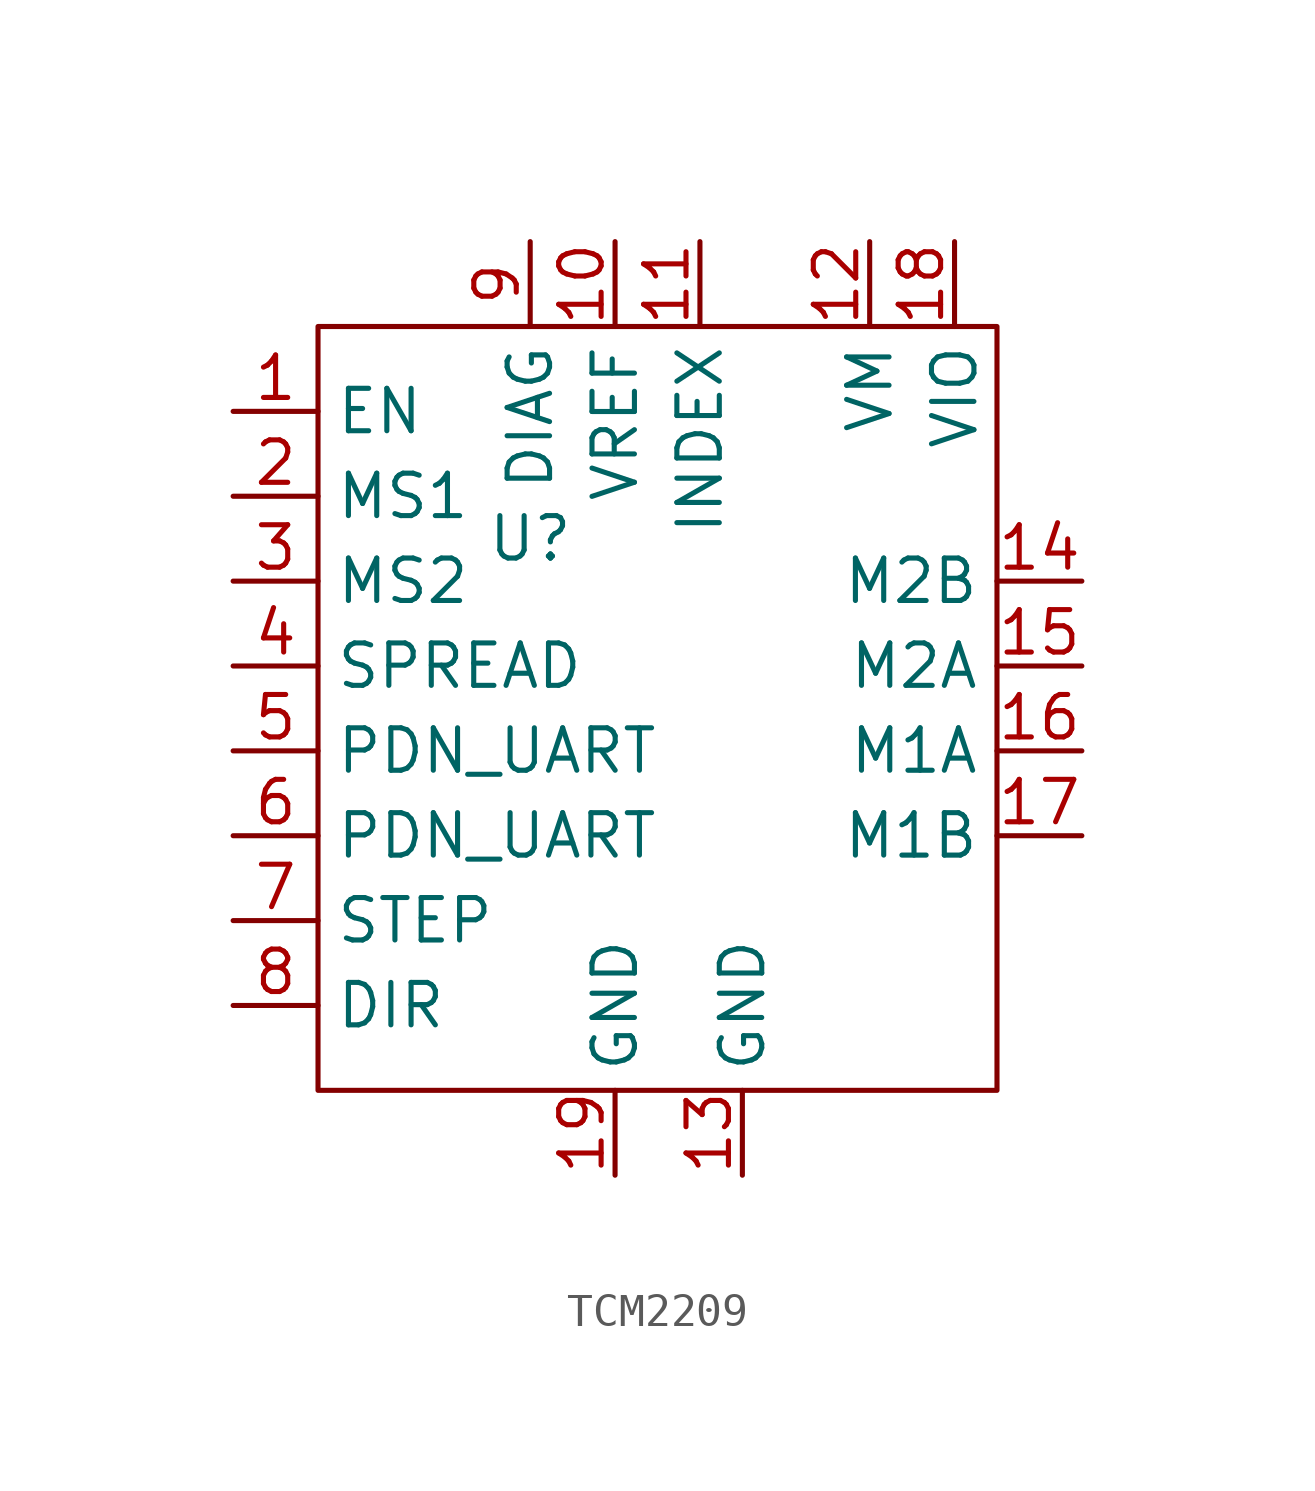
<source format=kicad_sym>
(kicad_symbol_lib
  (version 20231120)
  (generator "kicad_symbol_editor")
  (generator_version "8.0")
  (symbol "TCM2209"
    (property "Reference" "U"
      (at -2.54 2.54 0)
      (effects (font (size 1.27 1.27))))
    (property "Value" ""
      (at -2.54 2.54 0)
      (effects (font (size 1.27 1.27))))
    (symbol "TCM2209_0_1"
      (rectangle (start -8.89 8.89) (end 11.43 -13.97) (stroke (width 0) (type default)) (fill (type none))))
    (symbol "TCM2209_1_1"
      (pin input line (at -11.43 6.35 0) (length 2.54) (name "EN" (effects (font (size 1.27 1.27)))) (number "1" (effects (font (size 1.27 1.27)))))
      (pin input line (at 0 11.43 270) (length 2.54) (name "VREF" (effects (font (size 1.27 1.27)))) (number "10" (effects (font (size 1.27 1.27)))))
      (pin output line (at 2.54 11.43 270) (length 2.54) (name "INDEX" (effects (font (size 1.27 1.27)))) (number "11" (effects (font (size 1.27 1.27)))))
      (pin input line (at 7.62 11.43 270) (length 2.54) (name "VM" (effects (font (size 1.27 1.27)))) (number "12" (effects (font (size 1.27 1.27)))))
      (pin output line (at 3.81 -16.51 90) (length 2.54) (name "GND" (effects (font (size 1.27 1.27)))) (number "13" (effects (font (size 1.27 1.27)))))
      (pin output line (at 13.97 1.27 180) (length 2.54) (name "M2B" (effects (font (size 1.27 1.27)))) (number "14" (effects (font (size 1.27 1.27)))))
      (pin output line (at 13.97 -1.27 180) (length 2.54) (name "M2A" (effects (font (size 1.27 1.27)))) (number "15" (effects (font (size 1.27 1.27)))))
      (pin output line (at 13.97 -3.81 180) (length 2.54) (name "M1A" (effects (font (size 1.27 1.27)))) (number "16" (effects (font (size 1.27 1.27)))))
      (pin output line (at 13.97 -6.35 180) (length 2.54) (name "M1B" (effects (font (size 1.27 1.27)))) (number "17" (effects (font (size 1.27 1.27)))))
      (pin input line (at 10.16 11.43 270) (length 2.54) (name "VIO" (effects (font (size 1.27 1.27)))) (number "18" (effects (font (size 1.27 1.27)))))
      (pin output line (at 0 -16.51 90) (length 2.54) (name "GND" (effects (font (size 1.27 1.27)))) (number "19" (effects (font (size 1.27 1.27)))))
      (pin input line (at -11.43 3.81 0) (length 2.54) (name "MS1" (effects (font (size 1.27 1.27)))) (number "2" (effects (font (size 1.27 1.27)))))
      (pin input line (at -11.43 1.27 0) (length 2.54) (name "MS2" (effects (font (size 1.27 1.27)))) (number "3" (effects (font (size 1.27 1.27)))))
      (pin input line (at -11.43 -1.27 0) (length 2.54) (name "SPREAD" (effects (font (size 1.27 1.27)))) (number "4" (effects (font (size 1.27 1.27)))))
      (pin bidirectional line (at -11.43 -3.81 0) (length 2.54) (name "PDN_UART" (effects (font (size 1.27 1.27)))) (number "5" (effects (font (size 1.27 1.27)))))
      (pin bidirectional line (at -11.43 -6.35 0) (length 2.54) (name "PDN_UART" (effects (font (size 1.27 1.27)))) (number "6" (effects (font (size 1.27 1.27)))))
      (pin input line (at -11.43 -8.89 0) (length 2.54) (name "STEP" (effects (font (size 1.27 1.27)))) (number "7" (effects (font (size 1.27 1.27)))))
      (pin input line (at -11.43 -11.43 0) (length 2.54) (name "DIR" (effects (font (size 1.27 1.27)))) (number "8" (effects (font (size 1.27 1.27)))))
      (pin output line (at -2.54 11.43 270) (length 2.54) (name "DIAG" (effects (font (size 1.27 1.27)))) (number "9" (effects (font (size 1.27 1.27))))))))
</source>
